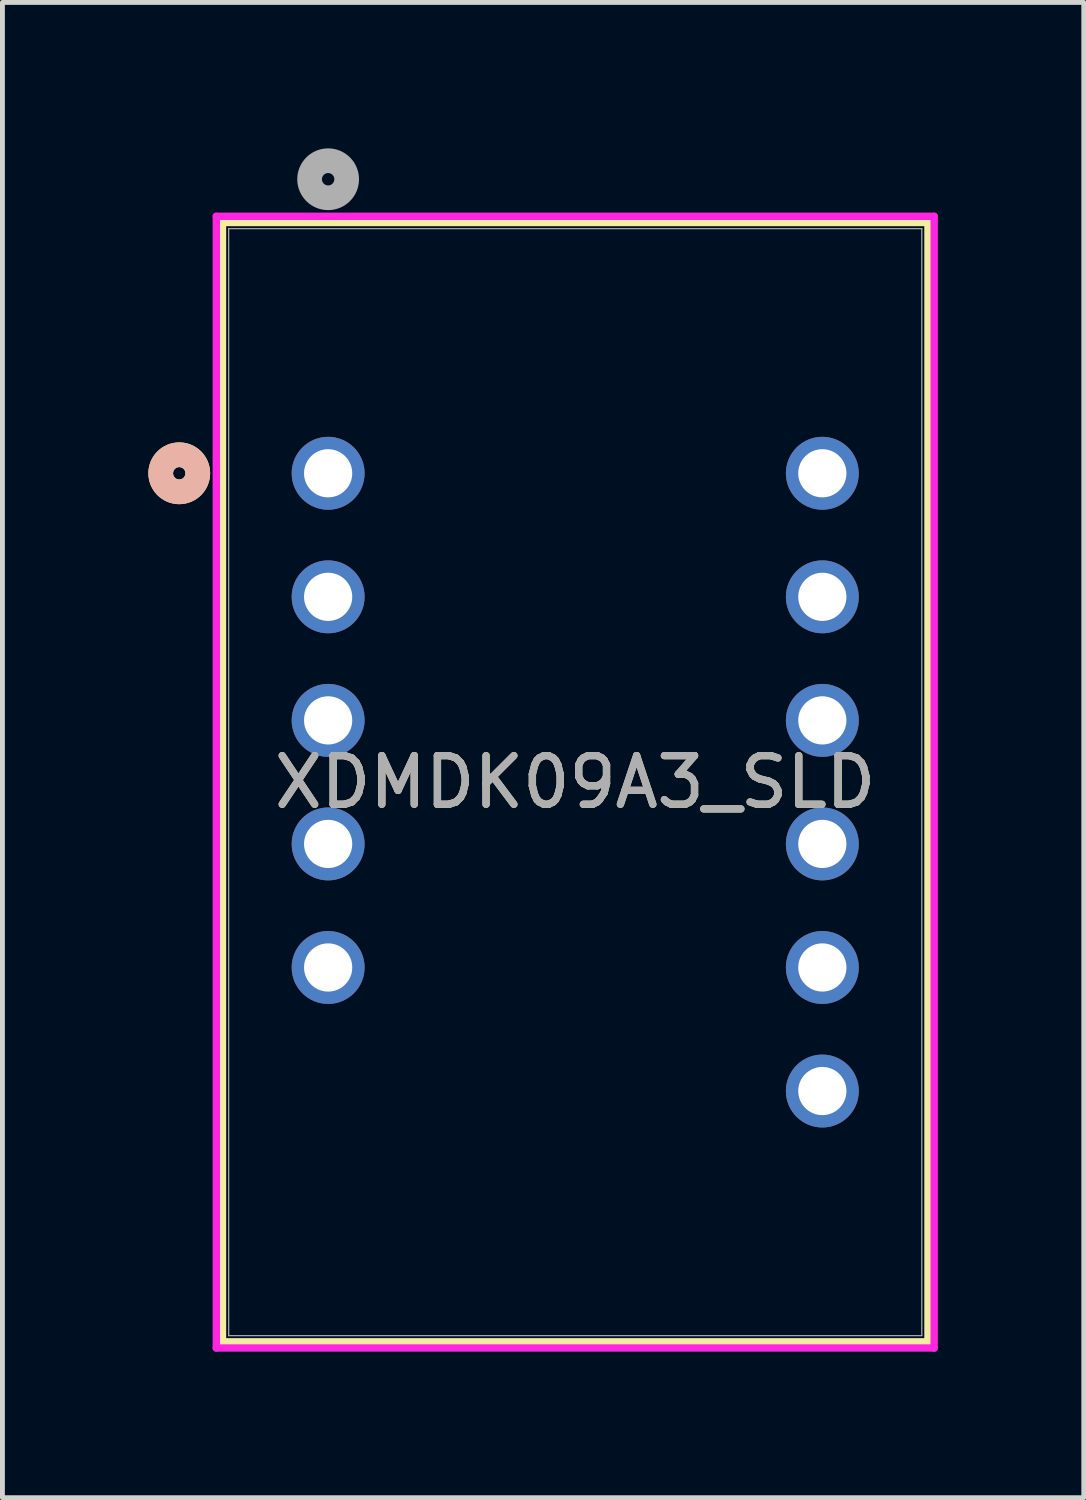
<source format=kicad_pcb>
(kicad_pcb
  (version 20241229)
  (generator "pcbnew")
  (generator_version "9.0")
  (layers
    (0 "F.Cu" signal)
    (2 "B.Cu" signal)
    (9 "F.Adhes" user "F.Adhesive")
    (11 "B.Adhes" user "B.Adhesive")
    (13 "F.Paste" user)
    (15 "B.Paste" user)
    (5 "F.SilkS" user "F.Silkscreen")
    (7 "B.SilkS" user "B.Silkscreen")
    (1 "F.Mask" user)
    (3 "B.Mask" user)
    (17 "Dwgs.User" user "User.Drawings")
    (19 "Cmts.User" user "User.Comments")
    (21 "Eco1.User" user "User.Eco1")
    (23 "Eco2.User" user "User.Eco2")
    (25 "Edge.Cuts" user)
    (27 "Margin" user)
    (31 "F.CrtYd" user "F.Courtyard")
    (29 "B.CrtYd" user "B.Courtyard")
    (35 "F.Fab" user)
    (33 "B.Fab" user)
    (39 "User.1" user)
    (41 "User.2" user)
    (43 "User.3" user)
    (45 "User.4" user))
  (footprint "XDMDK09A3_SLD"
    (layer "F.Cu")
    (at 3.696 6.68)
    (property "Reference" "XDMDK09A3_SLD" (at 5.08 6.35 0) (unlocked yes) (layer "F.SilkS") (effects (font (size 1 1) (thickness 0.15))))
    (attr through_hole)
    (fp_line (start -2.172 -5.156) (end -2.172 17.856) (stroke (width 0.152) (type solid)) (layer "F.SilkS"))
    (fp_line (start -2.172 17.856) (end 12.332 17.856) (stroke (width 0.152) (type solid)) (layer "F.SilkS"))
    (fp_line (start 12.332 -5.156) (end -2.172 -5.156) (stroke (width 0.152) (type solid)) (layer "F.SilkS"))
    (fp_line (start 12.332 17.856) (end 12.332 -5.156) (stroke (width 0.152) (type solid)) (layer "F.SilkS"))
    (fp_circle (center -3.061 0) (end -2.68 0) (stroke (width 0.508) (type solid)) (fill no) (layer "F.SilkS"))
    (fp_circle (center -3.061 0) (end -2.68 0) (stroke (width 0.508) (type solid)) (fill no) (layer "B.SilkS"))
    (fp_line (start -2.299 -5.283) (end -2.299 17.983) (stroke (width 0.152) (type solid)) (layer "F.CrtYd"))
    (fp_line (start -2.299 17.983) (end 12.459 17.983) (stroke (width 0.152) (type solid)) (layer "F.CrtYd"))
    (fp_line (start 12.459 -5.283) (end -2.299 -5.283) (stroke (width 0.152) (type solid)) (layer "F.CrtYd"))
    (fp_line (start 12.459 17.983) (end 12.459 -5.283) (stroke (width 0.152) (type solid)) (layer "F.CrtYd"))
    (fp_line (start -2.045 -5.029) (end -2.045 17.729) (stroke (width 0.025) (type solid)) (layer "F.Fab"))
    (fp_line (start -2.045 17.729) (end 12.205 17.729) (stroke (width 0.025) (type solid)) (layer "F.Fab"))
    (fp_line (start 12.205 -5.029) (end -2.045 -5.029) (stroke (width 0.025) (type solid)) (layer "F.Fab"))
    (fp_line (start 12.205 17.729) (end 12.205 -5.029) (stroke (width 0.025) (type solid)) (layer "F.Fab"))
    (fp_circle (center 0 -6.045) (end 0.381 -6.045) (stroke (width 0.508) (type solid)) (fill no) (layer "F.Fab"))
    (fp_text user "${REFERENCE}" (at 5.08 6.35 0) (unlocked yes) (layer "F.Fab") (effects (font (size 1 1) (thickness 0.15))))
    (pad "1" thru_hole circle (at 0 0) (size 1.499 1.499) (drill 0.991) (layers "*.Cu" "*.Mask"))
    (pad "2" thru_hole circle (at 0 2.54) (size 1.499 1.499) (drill 0.991) (layers "*.Cu" "*.Mask"))
    (pad "3" thru_hole circle (at 0 5.08) (size 1.499 1.499) (drill 0.991) (layers "*.Cu" "*.Mask"))
    (pad "4" thru_hole circle (at 0 7.62) (size 1.499 1.499) (drill 0.991) (layers "*.Cu" "*.Mask"))
    (pad "5" thru_hole circle (at 0 10.16) (size 1.499 1.499) (drill 0.991) (layers "*.Cu" "*.Mask"))
    (pad "7" thru_hole circle (at 10.16 0) (size 1.499 1.499) (drill 0.991) (layers "*.Cu" "*.Mask"))
    (pad "8" thru_hole circle (at 10.16 2.54) (size 1.499 1.499) (drill 0.991) (layers "*.Cu" "*.Mask"))
    (pad "9" thru_hole circle (at 10.16 5.08) (size 1.499 1.499) (drill 0.991) (layers "*.Cu" "*.Mask"))
    (pad "10" thru_hole circle (at 10.16 7.62) (size 1.499 1.499) (drill 0.991) (layers "*.Cu" "*.Mask"))
    (pad "11" thru_hole circle (at 10.16 10.16) (size 1.499 1.499) (drill 0.991) (layers "*.Cu" "*.Mask"))
    (pad "12" thru_hole circle (at 10.16 12.7) (size 1.499 1.499) (drill 0.991) (layers "*.Cu" "*.Mask")))
  (gr_rect
    (start -3 -3)
    (end 19.231 27.74)
    (stroke (width 0.1) (type default))
    (fill no)
    (layer "Edge.Cuts")))
</source>
